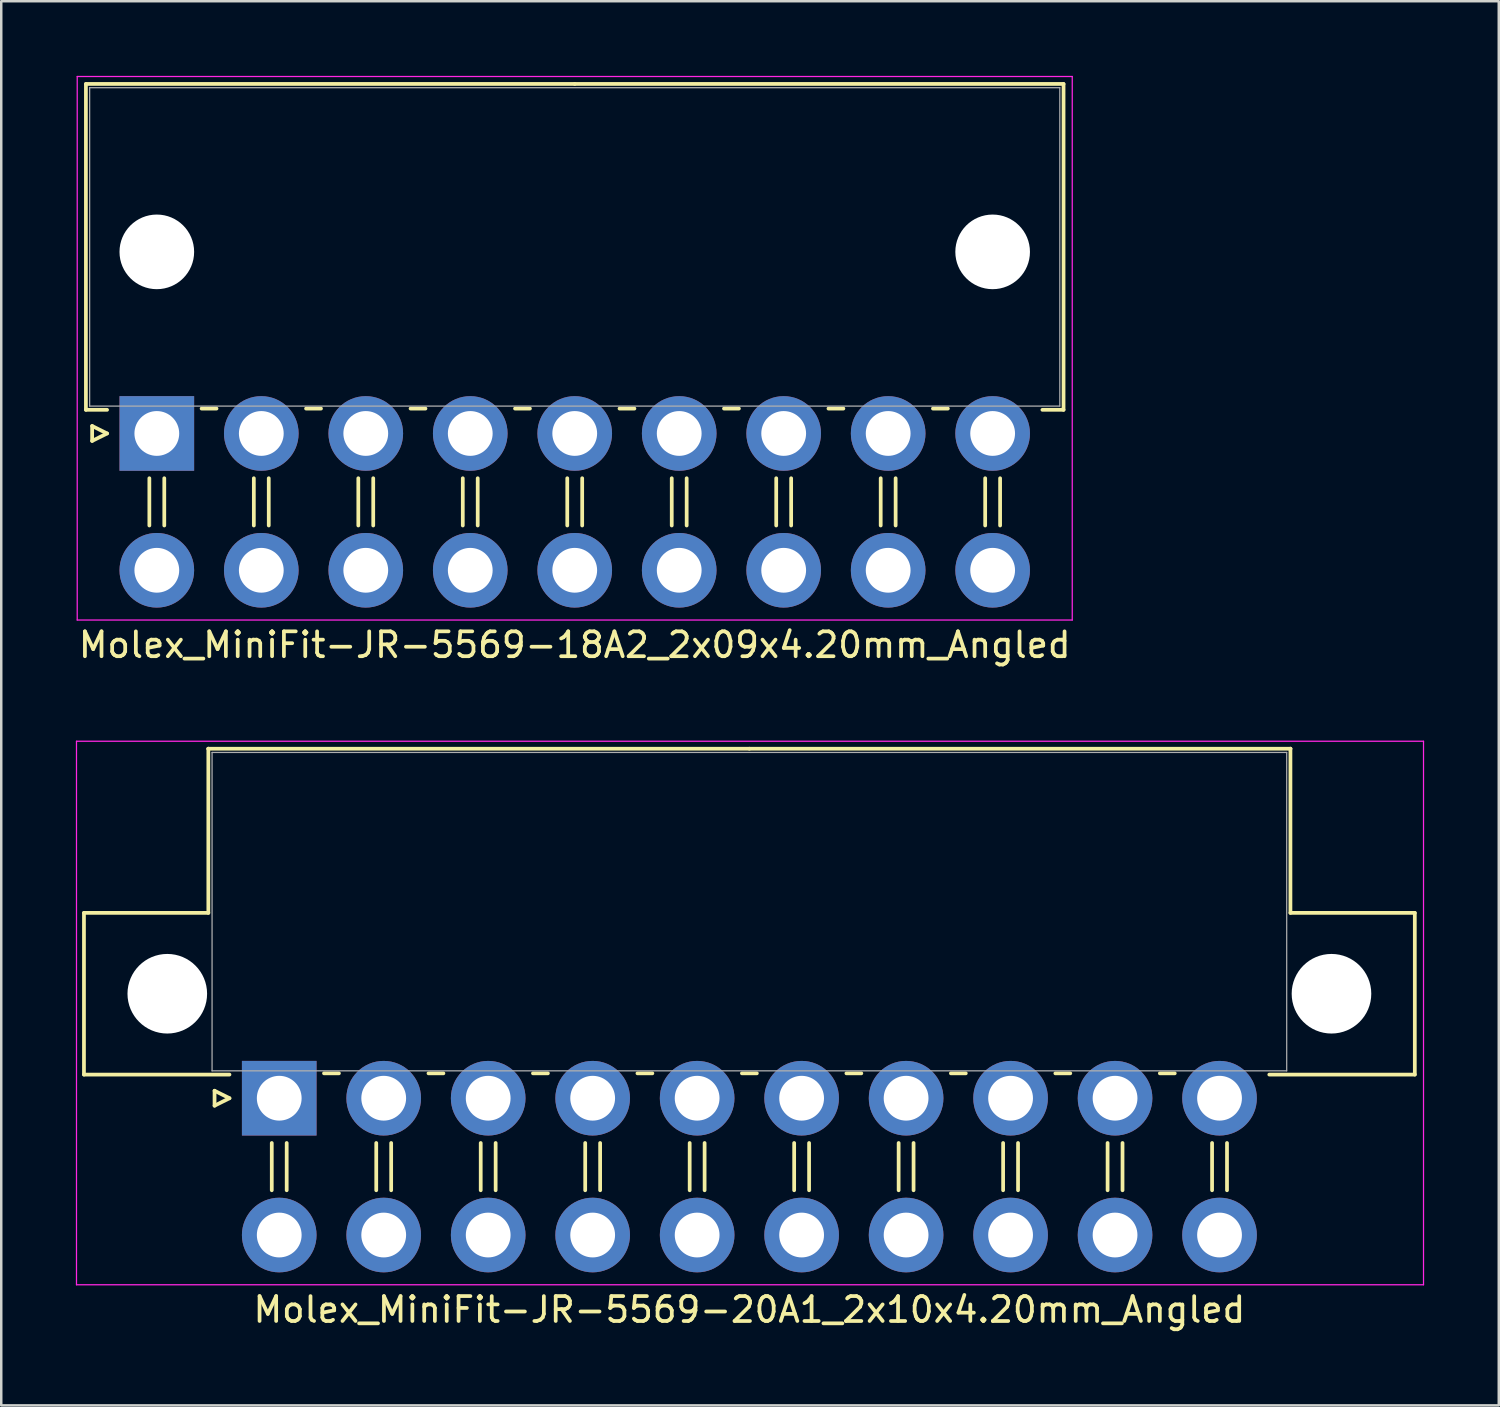
<source format=kicad_pcb>
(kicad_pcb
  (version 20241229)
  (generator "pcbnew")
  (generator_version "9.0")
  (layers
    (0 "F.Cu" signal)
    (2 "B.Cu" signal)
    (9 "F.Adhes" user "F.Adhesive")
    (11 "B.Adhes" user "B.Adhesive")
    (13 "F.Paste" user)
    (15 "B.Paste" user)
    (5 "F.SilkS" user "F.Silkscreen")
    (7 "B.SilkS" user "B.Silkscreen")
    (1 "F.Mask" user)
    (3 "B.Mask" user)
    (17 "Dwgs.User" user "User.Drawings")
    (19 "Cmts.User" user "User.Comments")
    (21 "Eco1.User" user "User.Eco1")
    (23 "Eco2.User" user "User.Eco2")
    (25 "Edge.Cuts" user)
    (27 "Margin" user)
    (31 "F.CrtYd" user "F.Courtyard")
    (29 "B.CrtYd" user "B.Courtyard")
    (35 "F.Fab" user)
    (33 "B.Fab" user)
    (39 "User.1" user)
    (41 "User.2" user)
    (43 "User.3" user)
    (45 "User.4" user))
  (footprint "Molex_MiniFit-JR-5569-18A2_2x09x4.20mm_Angled"
    (layer "F.Cu")
    (at 3.254 14.375)
    (property "Reference" "Molex_MiniFit-JR-5569-18A2_2x09x4.20mm_Angled" (at 16.8 8.5 0) (layer "F.SilkS") (effects (font (size 1 1) (thickness 0.15))))
    (attr through_hole)
    (fp_line (start -2.85 -14.05) (end 16.8 -14.05) (stroke (width 0.15) (type solid)) (layer "F.SilkS"))
    (fp_line (start -2.85 -0.95) (end -2.85 -14.05) (stroke (width 0.15) (type solid)) (layer "F.SilkS"))
    (fp_line (start -2.6 -0.3) (end -2 0) (stroke (width 0.15) (type solid)) (layer "F.SilkS"))
    (fp_line (start -2.6 0.3) (end -2.6 -0.3) (stroke (width 0.15) (type solid)) (layer "F.SilkS"))
    (fp_line (start -2 -0.95) (end -2.85 -0.95) (stroke (width 0.15) (type solid)) (layer "F.SilkS"))
    (fp_line (start -2 0) (end -2.6 0.3) (stroke (width 0.15) (type solid)) (layer "F.SilkS"))
    (fp_line (start -0.3 1.8) (end -0.3 3.7) (stroke (width 0.15) (type solid)) (layer "F.SilkS"))
    (fp_line (start 0.3 1.8) (end 0.3 3.7) (stroke (width 0.15) (type solid)) (layer "F.SilkS"))
    (fp_line (start 1.8 -1) (end 2.4 -1) (stroke (width 0.15) (type solid)) (layer "F.SilkS"))
    (fp_line (start 3.9 1.8) (end 3.9 3.7) (stroke (width 0.15) (type solid)) (layer "F.SilkS"))
    (fp_line (start 4.5 1.8) (end 4.5 3.7) (stroke (width 0.15) (type solid)) (layer "F.SilkS"))
    (fp_line (start 6 -1) (end 6.6 -1) (stroke (width 0.15) (type solid)) (layer "F.SilkS"))
    (fp_line (start 8.1 1.8) (end 8.1 3.7) (stroke (width 0.15) (type solid)) (layer "F.SilkS"))
    (fp_line (start 8.7 1.8) (end 8.7 3.7) (stroke (width 0.15) (type solid)) (layer "F.SilkS"))
    (fp_line (start 10.2 -1) (end 10.8 -1) (stroke (width 0.15) (type solid)) (layer "F.SilkS"))
    (fp_line (start 12.3 1.8) (end 12.3 3.7) (stroke (width 0.15) (type solid)) (layer "F.SilkS"))
    (fp_line (start 12.9 1.8) (end 12.9 3.7) (stroke (width 0.15) (type solid)) (layer "F.SilkS"))
    (fp_line (start 14.4 -1) (end 15 -1) (stroke (width 0.15) (type solid)) (layer "F.SilkS"))
    (fp_line (start 16.5 1.8) (end 16.5 3.7) (stroke (width 0.15) (type solid)) (layer "F.SilkS"))
    (fp_line (start 17.1 1.8) (end 17.1 3.7) (stroke (width 0.15) (type solid)) (layer "F.SilkS"))
    (fp_line (start 18.6 -1) (end 19.2 -1) (stroke (width 0.15) (type solid)) (layer "F.SilkS"))
    (fp_line (start 20.7 1.8) (end 20.7 3.7) (stroke (width 0.15) (type solid)) (layer "F.SilkS"))
    (fp_line (start 21.3 1.8) (end 21.3 3.7) (stroke (width 0.15) (type solid)) (layer "F.SilkS"))
    (fp_line (start 22.8 -1) (end 23.4 -1) (stroke (width 0.15) (type solid)) (layer "F.SilkS"))
    (fp_line (start 24.9 1.8) (end 24.9 3.7) (stroke (width 0.15) (type solid)) (layer "F.SilkS"))
    (fp_line (start 25.5 1.8) (end 25.5 3.7) (stroke (width 0.15) (type solid)) (layer "F.SilkS"))
    (fp_line (start 27 -1) (end 27.6 -1) (stroke (width 0.15) (type solid)) (layer "F.SilkS"))
    (fp_line (start 29.1 1.8) (end 29.1 3.7) (stroke (width 0.15) (type solid)) (layer "F.SilkS"))
    (fp_line (start 29.7 1.8) (end 29.7 3.7) (stroke (width 0.15) (type solid)) (layer "F.SilkS"))
    (fp_line (start 31.2 -1) (end 31.8 -1) (stroke (width 0.15) (type solid)) (layer "F.SilkS"))
    (fp_line (start 33.3 1.8) (end 33.3 3.7) (stroke (width 0.15) (type solid)) (layer "F.SilkS"))
    (fp_line (start 33.9 1.8) (end 33.9 3.7) (stroke (width 0.15) (type solid)) (layer "F.SilkS"))
    (fp_line (start 35.6 -0.95) (end 36.45 -0.95) (stroke (width 0.15) (type solid)) (layer "F.SilkS"))
    (fp_line (start 36.45 -14.05) (end 16.8 -14.05) (stroke (width 0.15) (type solid)) (layer "F.SilkS"))
    (fp_line (start 36.45 -0.95) (end 36.45 -14.05) (stroke (width 0.15) (type solid)) (layer "F.SilkS"))
    (fp_line (start -3.2 -14.35) (end -3.2 7.5) (stroke (width 0.05) (type solid)) (layer "F.CrtYd"))
    (fp_line (start -3.2 7.5) (end 36.8 7.5) (stroke (width 0.05) (type solid)) (layer "F.CrtYd"))
    (fp_line (start 36.8 -14.35) (end -3.2 -14.35) (stroke (width 0.05) (type solid)) (layer "F.CrtYd"))
    (fp_line (start 36.8 7.5) (end 36.8 -14.35) (stroke (width 0.05) (type solid)) (layer "F.CrtYd"))
    (fp_line (start -2.7 -13.9) (end -2.7 -1.1) (stroke (width 0.05) (type solid)) (layer "F.Fab"))
    (fp_line (start -2.7 -1.1) (end 36.3 -1.1) (stroke (width 0.05) (type solid)) (layer "F.Fab"))
    (fp_line (start 36.3 -13.9) (end -2.7 -13.9) (stroke (width 0.05) (type solid)) (layer "F.Fab"))
    (fp_line (start 36.3 -1.1) (end 36.3 -13.9) (stroke (width 0.05) (type solid)) (layer "F.Fab"))
    (pad "" np_thru_hole circle (at 0 -7.3) (size 3 3) (drill 3) (layers "*.Cu"))
    (pad "" np_thru_hole circle (at 33.6 -7.3) (size 3 3) (drill 3) (layers "*.Cu"))
    (pad "1" thru_hole rect (at 0 0) (size 3 3) (drill 1.8) (layers "*.Cu" "*.Mask"))
    (pad "2" thru_hole circle (at 4.2 0) (size 3 3) (drill 1.8) (layers "*.Cu" "*.Mask"))
    (pad "3" thru_hole circle (at 8.4 0) (size 3 3) (drill 1.8) (layers "*.Cu" "*.Mask"))
    (pad "4" thru_hole circle (at 12.6 0) (size 3 3) (drill 1.8) (layers "*.Cu" "*.Mask"))
    (pad "5" thru_hole circle (at 16.8 0) (size 3 3) (drill 1.8) (layers "*.Cu" "*.Mask"))
    (pad "6" thru_hole circle (at 21 0) (size 3 3) (drill 1.8) (layers "*.Cu" "*.Mask"))
    (pad "7" thru_hole circle (at 25.2 0) (size 3 3) (drill 1.8) (layers "*.Cu" "*.Mask"))
    (pad "8" thru_hole circle (at 29.4 0) (size 3 3) (drill 1.8) (layers "*.Cu" "*.Mask"))
    (pad "9" thru_hole circle (at 33.6 0) (size 3 3) (drill 1.8) (layers "*.Cu" "*.Mask"))
    (pad "10" thru_hole circle (at 0 5.5) (size 3 3) (drill 1.8) (layers "*.Cu" "*.Mask"))
    (pad "11" thru_hole circle (at 4.2 5.5) (size 3 3) (drill 1.8) (layers "*.Cu" "*.Mask"))
    (pad "12" thru_hole circle (at 8.4 5.5) (size 3 3) (drill 1.8) (layers "*.Cu" "*.Mask"))
    (pad "13" thru_hole circle (at 12.6 5.5) (size 3 3) (drill 1.8) (layers "*.Cu" "*.Mask"))
    (pad "14" thru_hole circle (at 16.8 5.5) (size 3 3) (drill 1.8) (layers "*.Cu" "*.Mask"))
    (pad "15" thru_hole circle (at 21 5.5) (size 3 3) (drill 1.8) (layers "*.Cu" "*.Mask"))
    (pad "16" thru_hole circle (at 25.2 5.5) (size 3 3) (drill 1.8) (layers "*.Cu" "*.Mask"))
    (pad "17" thru_hole circle (at 29.4 5.5) (size 3 3) (drill 1.8) (layers "*.Cu" "*.Mask"))
    (pad "18" thru_hole circle (at 33.6 5.5) (size 3 3) (drill 1.8) (layers "*.Cu" "*.Mask")))
  (footprint "Molex_MiniFit-JR-5569-20A1_2x10x4.20mm_Angled"
    (layer "F.Cu")
    (at 8.175 41.098)
    (property "Reference" "Molex_MiniFit-JR-5569-20A1_2x10x4.20mm_Angled" (at 18.9 8.5 0) (layer "F.SilkS") (effects (font (size 1 1) (thickness 0.15))))
    (attr through_hole)
    (fp_line (start -7.85 -7.45) (end -7.85 -0.95) (stroke (width 0.15) (type solid)) (layer "F.SilkS"))
    (fp_line (start -7.85 -0.95) (end -2 -0.95) (stroke (width 0.15) (type solid)) (layer "F.SilkS"))
    (fp_line (start -2.85 -14.05) (end -2.85 -14.05) (stroke (width 0.15) (type solid)) (layer "F.SilkS"))
    (fp_line (start -2.85 -14.05) (end -2.85 -7.45) (stroke (width 0.15) (type solid)) (layer "F.SilkS"))
    (fp_line (start -2.85 -7.45) (end -7.85 -7.45) (stroke (width 0.15) (type solid)) (layer "F.SilkS"))
    (fp_line (start -2.6 -0.3) (end -2 0) (stroke (width 0.15) (type solid)) (layer "F.SilkS"))
    (fp_line (start -2.6 0.3) (end -2.6 -0.3) (stroke (width 0.15) (type solid)) (layer "F.SilkS"))
    (fp_line (start -2 0) (end -2.6 0.3) (stroke (width 0.15) (type solid)) (layer "F.SilkS"))
    (fp_line (start -0.3 1.8) (end -0.3 3.7) (stroke (width 0.15) (type solid)) (layer "F.SilkS"))
    (fp_line (start 0.3 1.8) (end 0.3 3.7) (stroke (width 0.15) (type solid)) (layer "F.SilkS"))
    (fp_line (start 1.8 -1) (end 2.4 -1) (stroke (width 0.15) (type solid)) (layer "F.SilkS"))
    (fp_line (start 3.9 1.8) (end 3.9 3.7) (stroke (width 0.15) (type solid)) (layer "F.SilkS"))
    (fp_line (start 4.5 1.8) (end 4.5 3.7) (stroke (width 0.15) (type solid)) (layer "F.SilkS"))
    (fp_line (start 6 -1) (end 6.6 -1) (stroke (width 0.15) (type solid)) (layer "F.SilkS"))
    (fp_line (start 8.1 1.8) (end 8.1 3.7) (stroke (width 0.15) (type solid)) (layer "F.SilkS"))
    (fp_line (start 8.7 1.8) (end 8.7 3.7) (stroke (width 0.15) (type solid)) (layer "F.SilkS"))
    (fp_line (start 10.2 -1) (end 10.8 -1) (stroke (width 0.15) (type solid)) (layer "F.SilkS"))
    (fp_line (start 12.3 1.8) (end 12.3 3.7) (stroke (width 0.15) (type solid)) (layer "F.SilkS"))
    (fp_line (start 12.9 1.8) (end 12.9 3.7) (stroke (width 0.15) (type solid)) (layer "F.SilkS"))
    (fp_line (start 14.4 -1) (end 15 -1) (stroke (width 0.15) (type solid)) (layer "F.SilkS"))
    (fp_line (start 16.5 1.8) (end 16.5 3.7) (stroke (width 0.15) (type solid)) (layer "F.SilkS"))
    (fp_line (start 17.1 1.8) (end 17.1 3.7) (stroke (width 0.15) (type solid)) (layer "F.SilkS"))
    (fp_line (start 18.6 -1) (end 19.2 -1) (stroke (width 0.15) (type solid)) (layer "F.SilkS"))
    (fp_line (start 18.9 -14.05) (end -2.85 -14.05) (stroke (width 0.15) (type solid)) (layer "F.SilkS"))
    (fp_line (start 18.9 -14.05) (end 40.65 -14.05) (stroke (width 0.15) (type solid)) (layer "F.SilkS"))
    (fp_line (start 20.7 1.8) (end 20.7 3.7) (stroke (width 0.15) (type solid)) (layer "F.SilkS"))
    (fp_line (start 21.3 1.8) (end 21.3 3.7) (stroke (width 0.15) (type solid)) (layer "F.SilkS"))
    (fp_line (start 22.8 -1) (end 23.4 -1) (stroke (width 0.15) (type solid)) (layer "F.SilkS"))
    (fp_line (start 24.9 1.8) (end 24.9 3.7) (stroke (width 0.15) (type solid)) (layer "F.SilkS"))
    (fp_line (start 25.5 1.8) (end 25.5 3.7) (stroke (width 0.15) (type solid)) (layer "F.SilkS"))
    (fp_line (start 27 -1) (end 27.6 -1) (stroke (width 0.15) (type solid)) (layer "F.SilkS"))
    (fp_line (start 29.1 1.8) (end 29.1 3.7) (stroke (width 0.15) (type solid)) (layer "F.SilkS"))
    (fp_line (start 29.7 1.8) (end 29.7 3.7) (stroke (width 0.15) (type solid)) (layer "F.SilkS"))
    (fp_line (start 31.2 -1) (end 31.8 -1) (stroke (width 0.15) (type solid)) (layer "F.SilkS"))
    (fp_line (start 33.3 1.8) (end 33.3 3.7) (stroke (width 0.15) (type solid)) (layer "F.SilkS"))
    (fp_line (start 33.9 1.8) (end 33.9 3.7) (stroke (width 0.15) (type solid)) (layer "F.SilkS"))
    (fp_line (start 35.4 -1) (end 36 -1) (stroke (width 0.15) (type solid)) (layer "F.SilkS"))
    (fp_line (start 37.5 1.8) (end 37.5 3.7) (stroke (width 0.15) (type solid)) (layer "F.SilkS"))
    (fp_line (start 38.1 1.8) (end 38.1 3.7) (stroke (width 0.15) (type solid)) (layer "F.SilkS"))
    (fp_line (start 40.65 -14.05) (end 40.65 -14.05) (stroke (width 0.15) (type solid)) (layer "F.SilkS"))
    (fp_line (start 40.65 -14.05) (end 40.65 -7.45) (stroke (width 0.15) (type solid)) (layer "F.SilkS"))
    (fp_line (start 40.65 -7.45) (end 45.65 -7.45) (stroke (width 0.15) (type solid)) (layer "F.SilkS"))
    (fp_line (start 45.65 -7.45) (end 45.65 -0.95) (stroke (width 0.15) (type solid)) (layer "F.SilkS"))
    (fp_line (start 45.65 -0.95) (end 39.8 -0.95) (stroke (width 0.15) (type solid)) (layer "F.SilkS"))
    (fp_line (start -8.15 -14.35) (end -8.15 7.5) (stroke (width 0.05) (type solid)) (layer "F.CrtYd"))
    (fp_line (start -8.15 7.5) (end 46 7.5) (stroke (width 0.05) (type solid)) (layer "F.CrtYd"))
    (fp_line (start 46 -14.35) (end -8.15 -14.35) (stroke (width 0.05) (type solid)) (layer "F.CrtYd"))
    (fp_line (start 46 7.5) (end 46 -14.35) (stroke (width 0.05) (type solid)) (layer "F.CrtYd"))
    (fp_line (start -2.7 -13.9) (end -2.7 -1.1) (stroke (width 0.05) (type solid)) (layer "F.Fab"))
    (fp_line (start -2.7 -1.1) (end 40.5 -1.1) (stroke (width 0.05) (type solid)) (layer "F.Fab"))
    (fp_line (start 40.5 -13.9) (end -2.7 -13.9) (stroke (width 0.05) (type solid)) (layer "F.Fab"))
    (fp_line (start 40.5 -1.1) (end 40.5 -13.9) (stroke (width 0.05) (type solid)) (layer "F.Fab"))
    (pad "" np_thru_hole circle (at -4.5 -4.2) (size 3.2 3.2) (drill 3.2) (layers "*.Cu"))
    (pad "" np_thru_hole circle (at 42.3 -4.2) (size 3.2 3.2) (drill 3.2) (layers "*.Cu"))
    (pad "1" thru_hole rect (at 0 0) (size 3 3) (drill 1.8) (layers "*.Cu" "*.Mask"))
    (pad "2" thru_hole circle (at 4.2 0) (size 3 3) (drill 1.8) (layers "*.Cu" "*.Mask"))
    (pad "3" thru_hole circle (at 8.4 0) (size 3 3) (drill 1.8) (layers "*.Cu" "*.Mask"))
    (pad "4" thru_hole circle (at 12.6 0) (size 3 3) (drill 1.8) (layers "*.Cu" "*.Mask"))
    (pad "5" thru_hole circle (at 16.8 0) (size 3 3) (drill 1.8) (layers "*.Cu" "*.Mask"))
    (pad "6" thru_hole circle (at 21 0) (size 3 3) (drill 1.8) (layers "*.Cu" "*.Mask"))
    (pad "7" thru_hole circle (at 25.2 0) (size 3 3) (drill 1.8) (layers "*.Cu" "*.Mask"))
    (pad "8" thru_hole circle (at 29.4 0) (size 3 3) (drill 1.8) (layers "*.Cu" "*.Mask"))
    (pad "9" thru_hole circle (at 33.6 0) (size 3 3) (drill 1.8) (layers "*.Cu" "*.Mask"))
    (pad "10" thru_hole circle (at 37.8 0) (size 3 3) (drill 1.8) (layers "*.Cu" "*.Mask"))
    (pad "11" thru_hole circle (at 0 5.5) (size 3 3) (drill 1.8) (layers "*.Cu" "*.Mask"))
    (pad "12" thru_hole circle (at 4.2 5.5) (size 3 3) (drill 1.8) (layers "*.Cu" "*.Mask"))
    (pad "13" thru_hole circle (at 8.4 5.5) (size 3 3) (drill 1.8) (layers "*.Cu" "*.Mask"))
    (pad "14" thru_hole circle (at 12.6 5.5) (size 3 3) (drill 1.8) (layers "*.Cu" "*.Mask"))
    (pad "15" thru_hole circle (at 16.8 5.5) (size 3 3) (drill 1.8) (layers "*.Cu" "*.Mask"))
    (pad "16" thru_hole circle (at 21 5.5) (size 3 3) (drill 1.8) (layers "*.Cu" "*.Mask"))
    (pad "17" thru_hole circle (at 25.2 5.5) (size 3 3) (drill 1.8) (layers "*.Cu" "*.Mask"))
    (pad "18" thru_hole circle (at 29.4 5.5) (size 3 3) (drill 1.8) (layers "*.Cu" "*.Mask"))
    (pad "19" thru_hole circle (at 33.6 5.5) (size 3 3) (drill 1.8) (layers "*.Cu" "*.Mask"))
    (pad "20" thru_hole circle (at 37.8 5.5) (size 3 3) (drill 1.8) (layers "*.Cu" "*.Mask")))
  (gr_rect
    (start -3 -3)
    (end 57.2 53.447)
    (stroke (width 0.1) (type default))
    (fill no)
    (layer "Edge.Cuts")))
</source>
